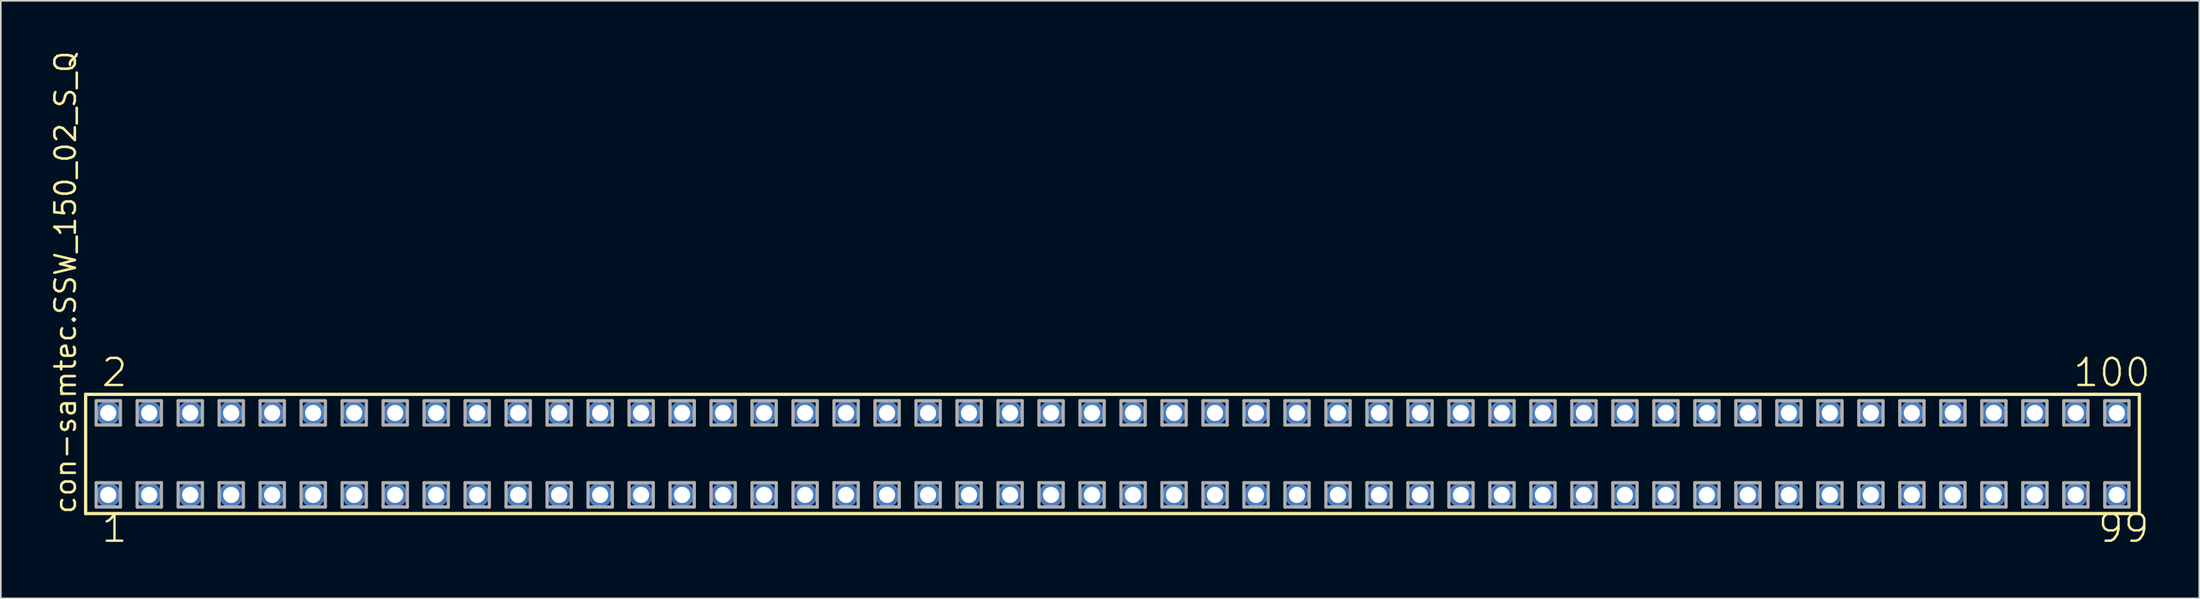
<source format=kicad_pcb>
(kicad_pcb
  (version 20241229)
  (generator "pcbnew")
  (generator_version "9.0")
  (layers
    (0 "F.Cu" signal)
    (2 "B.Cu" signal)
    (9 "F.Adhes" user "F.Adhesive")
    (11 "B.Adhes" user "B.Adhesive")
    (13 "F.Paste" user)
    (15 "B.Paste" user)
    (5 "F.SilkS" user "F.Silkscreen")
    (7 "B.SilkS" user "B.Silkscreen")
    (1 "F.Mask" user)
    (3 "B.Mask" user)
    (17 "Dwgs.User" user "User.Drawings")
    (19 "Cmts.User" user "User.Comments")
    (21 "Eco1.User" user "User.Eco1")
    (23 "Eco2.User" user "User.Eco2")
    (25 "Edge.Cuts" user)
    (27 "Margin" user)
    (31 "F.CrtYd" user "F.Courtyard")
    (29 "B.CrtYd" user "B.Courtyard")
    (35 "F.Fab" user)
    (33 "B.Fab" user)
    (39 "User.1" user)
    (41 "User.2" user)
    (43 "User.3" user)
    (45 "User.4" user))
  (footprint "con-samtec.SSW_150_02_S_Q"
    (layer "F.Cu")
    (at 65.885 25.082)
    (property "Reference" "con-samtec.SSW_150_02_S_Q" (at -64.135 3.81 90) (layer "F.SilkS") (effects (font (size 1.27 1.27) (thickness 0.16)) (justify left bottom)))
    (attr through_hole)
    (fp_line (start -63.629 -3.695) (end 63.629 -3.695) (stroke (width 0.203) (type default)) (layer "F.SilkS"))
    (fp_line (start -63.629 3.695) (end -63.629 -3.695) (stroke (width 0.203) (type default)) (layer "F.SilkS"))
    (fp_line (start 63.629 -3.695) (end 63.629 3.695) (stroke (width 0.203) (type default)) (layer "F.SilkS"))
    (fp_line (start 63.629 3.695) (end -63.629 3.695) (stroke (width 0.203) (type default)) (layer "F.SilkS"))
    (fp_line (start -62.975 -3.295) (end -61.475 -3.295) (stroke (width 0.203) (type default)) (layer "F.Fab"))
    (fp_line (start -62.975 -1.795) (end -62.975 -3.295) (stroke (width 0.203) (type default)) (layer "F.Fab"))
    (fp_line (start -62.975 1.785) (end -61.475 1.785) (stroke (width 0.203) (type default)) (layer "F.Fab"))
    (fp_line (start -62.975 3.285) (end -62.975 1.785) (stroke (width 0.203) (type default)) (layer "F.Fab"))
    (fp_line (start -61.475 -3.295) (end -61.475 -1.795) (stroke (width 0.203) (type default)) (layer "F.Fab"))
    (fp_line (start -61.475 -1.795) (end -62.975 -1.795) (stroke (width 0.203) (type default)) (layer "F.Fab"))
    (fp_line (start -61.475 1.785) (end -61.475 3.285) (stroke (width 0.203) (type default)) (layer "F.Fab"))
    (fp_line (start -61.475 3.285) (end -62.975 3.285) (stroke (width 0.203) (type default)) (layer "F.Fab"))
    (fp_line (start -60.435 -3.295) (end -58.935 -3.295) (stroke (width 0.203) (type default)) (layer "F.Fab"))
    (fp_line (start -60.435 -1.795) (end -60.435 -3.295) (stroke (width 0.203) (type default)) (layer "F.Fab"))
    (fp_line (start -60.435 1.785) (end -58.935 1.785) (stroke (width 0.203) (type default)) (layer "F.Fab"))
    (fp_line (start -60.435 3.285) (end -60.435 1.785) (stroke (width 0.203) (type default)) (layer "F.Fab"))
    (fp_line (start -58.935 -3.295) (end -58.935 -1.795) (stroke (width 0.203) (type default)) (layer "F.Fab"))
    (fp_line (start -58.935 -1.795) (end -60.435 -1.795) (stroke (width 0.203) (type default)) (layer "F.Fab"))
    (fp_line (start -58.935 1.785) (end -58.935 3.285) (stroke (width 0.203) (type default)) (layer "F.Fab"))
    (fp_line (start -58.935 3.285) (end -60.435 3.285) (stroke (width 0.203) (type default)) (layer "F.Fab"))
    (fp_line (start -57.895 -3.295) (end -56.395 -3.295) (stroke (width 0.203) (type default)) (layer "F.Fab"))
    (fp_line (start -57.895 -1.795) (end -57.895 -3.295) (stroke (width 0.203) (type default)) (layer "F.Fab"))
    (fp_line (start -57.895 1.785) (end -56.395 1.785) (stroke (width 0.203) (type default)) (layer "F.Fab"))
    (fp_line (start -57.895 3.285) (end -57.895 1.785) (stroke (width 0.203) (type default)) (layer "F.Fab"))
    (fp_line (start -56.395 -3.295) (end -56.395 -1.795) (stroke (width 0.203) (type default)) (layer "F.Fab"))
    (fp_line (start -56.395 -1.795) (end -57.895 -1.795) (stroke (width 0.203) (type default)) (layer "F.Fab"))
    (fp_line (start -56.395 1.785) (end -56.395 3.285) (stroke (width 0.203) (type default)) (layer "F.Fab"))
    (fp_line (start -56.395 3.285) (end -57.895 3.285) (stroke (width 0.203) (type default)) (layer "F.Fab"))
    (fp_line (start -55.355 -3.295) (end -53.855 -3.295) (stroke (width 0.203) (type default)) (layer "F.Fab"))
    (fp_line (start -55.355 -1.795) (end -55.355 -3.295) (stroke (width 0.203) (type default)) (layer "F.Fab"))
    (fp_line (start -55.355 1.785) (end -53.855 1.785) (stroke (width 0.203) (type default)) (layer "F.Fab"))
    (fp_line (start -55.355 3.285) (end -55.355 1.785) (stroke (width 0.203) (type default)) (layer "F.Fab"))
    (fp_line (start -53.855 -3.295) (end -53.855 -1.795) (stroke (width 0.203) (type default)) (layer "F.Fab"))
    (fp_line (start -53.855 -1.795) (end -55.355 -1.795) (stroke (width 0.203) (type default)) (layer "F.Fab"))
    (fp_line (start -53.855 1.785) (end -53.855 3.285) (stroke (width 0.203) (type default)) (layer "F.Fab"))
    (fp_line (start -53.855 3.285) (end -55.355 3.285) (stroke (width 0.203) (type default)) (layer "F.Fab"))
    (fp_line (start -52.815 -3.295) (end -51.315 -3.295) (stroke (width 0.203) (type default)) (layer "F.Fab"))
    (fp_line (start -52.815 -1.795) (end -52.815 -3.295) (stroke (width 0.203) (type default)) (layer "F.Fab"))
    (fp_line (start -52.815 1.785) (end -51.315 1.785) (stroke (width 0.203) (type default)) (layer "F.Fab"))
    (fp_line (start -52.815 3.285) (end -52.815 1.785) (stroke (width 0.203) (type default)) (layer "F.Fab"))
    (fp_line (start -51.315 -3.295) (end -51.315 -1.795) (stroke (width 0.203) (type default)) (layer "F.Fab"))
    (fp_line (start -51.315 -1.795) (end -52.815 -1.795) (stroke (width 0.203) (type default)) (layer "F.Fab"))
    (fp_line (start -51.315 1.785) (end -51.315 3.285) (stroke (width 0.203) (type default)) (layer "F.Fab"))
    (fp_line (start -51.315 3.285) (end -52.815 3.285) (stroke (width 0.203) (type default)) (layer "F.Fab"))
    (fp_line (start -50.275 -3.295) (end -48.775 -3.295) (stroke (width 0.203) (type default)) (layer "F.Fab"))
    (fp_line (start -50.275 -1.795) (end -50.275 -3.295) (stroke (width 0.203) (type default)) (layer "F.Fab"))
    (fp_line (start -50.275 1.785) (end -48.775 1.785) (stroke (width 0.203) (type default)) (layer "F.Fab"))
    (fp_line (start -50.275 3.285) (end -50.275 1.785) (stroke (width 0.203) (type default)) (layer "F.Fab"))
    (fp_line (start -48.775 -3.295) (end -48.775 -1.795) (stroke (width 0.203) (type default)) (layer "F.Fab"))
    (fp_line (start -48.775 -1.795) (end -50.275 -1.795) (stroke (width 0.203) (type default)) (layer "F.Fab"))
    (fp_line (start -48.775 1.785) (end -48.775 3.285) (stroke (width 0.203) (type default)) (layer "F.Fab"))
    (fp_line (start -48.775 3.285) (end -50.275 3.285) (stroke (width 0.203) (type default)) (layer "F.Fab"))
    (fp_line (start -47.735 -3.295) (end -46.235 -3.295) (stroke (width 0.203) (type default)) (layer "F.Fab"))
    (fp_line (start -47.735 -1.795) (end -47.735 -3.295) (stroke (width 0.203) (type default)) (layer "F.Fab"))
    (fp_line (start -47.735 1.785) (end -46.235 1.785) (stroke (width 0.203) (type default)) (layer "F.Fab"))
    (fp_line (start -47.735 3.285) (end -47.735 1.785) (stroke (width 0.203) (type default)) (layer "F.Fab"))
    (fp_line (start -46.235 -3.295) (end -46.235 -1.795) (stroke (width 0.203) (type default)) (layer "F.Fab"))
    (fp_line (start -46.235 -1.795) (end -47.735 -1.795) (stroke (width 0.203) (type default)) (layer "F.Fab"))
    (fp_line (start -46.235 1.785) (end -46.235 3.285) (stroke (width 0.203) (type default)) (layer "F.Fab"))
    (fp_line (start -46.235 3.285) (end -47.735 3.285) (stroke (width 0.203) (type default)) (layer "F.Fab"))
    (fp_line (start -45.195 -3.295) (end -43.695 -3.295) (stroke (width 0.203) (type default)) (layer "F.Fab"))
    (fp_line (start -45.195 -1.795) (end -45.195 -3.295) (stroke (width 0.203) (type default)) (layer "F.Fab"))
    (fp_line (start -45.195 1.785) (end -43.695 1.785) (stroke (width 0.203) (type default)) (layer "F.Fab"))
    (fp_line (start -45.195 3.285) (end -45.195 1.785) (stroke (width 0.203) (type default)) (layer "F.Fab"))
    (fp_line (start -43.695 -3.295) (end -43.695 -1.795) (stroke (width 0.203) (type default)) (layer "F.Fab"))
    (fp_line (start -43.695 -1.795) (end -45.195 -1.795) (stroke (width 0.203) (type default)) (layer "F.Fab"))
    (fp_line (start -43.695 1.785) (end -43.695 3.285) (stroke (width 0.203) (type default)) (layer "F.Fab"))
    (fp_line (start -43.695 3.285) (end -45.195 3.285) (stroke (width 0.203) (type default)) (layer "F.Fab"))
    (fp_line (start -42.655 -3.295) (end -41.155 -3.295) (stroke (width 0.203) (type default)) (layer "F.Fab"))
    (fp_line (start -42.655 -1.795) (end -42.655 -3.295) (stroke (width 0.203) (type default)) (layer "F.Fab"))
    (fp_line (start -42.655 1.785) (end -41.155 1.785) (stroke (width 0.203) (type default)) (layer "F.Fab"))
    (fp_line (start -42.655 3.285) (end -42.655 1.785) (stroke (width 0.203) (type default)) (layer "F.Fab"))
    (fp_line (start -41.155 -3.295) (end -41.155 -1.795) (stroke (width 0.203) (type default)) (layer "F.Fab"))
    (fp_line (start -41.155 -1.795) (end -42.655 -1.795) (stroke (width 0.203) (type default)) (layer "F.Fab"))
    (fp_line (start -41.155 1.785) (end -41.155 3.285) (stroke (width 0.203) (type default)) (layer "F.Fab"))
    (fp_line (start -41.155 3.285) (end -42.655 3.285) (stroke (width 0.203) (type default)) (layer "F.Fab"))
    (fp_line (start -40.115 -3.295) (end -38.615 -3.295) (stroke (width 0.203) (type default)) (layer "F.Fab"))
    (fp_line (start -40.115 -1.795) (end -40.115 -3.295) (stroke (width 0.203) (type default)) (layer "F.Fab"))
    (fp_line (start -40.115 1.785) (end -38.615 1.785) (stroke (width 0.203) (type default)) (layer "F.Fab"))
    (fp_line (start -40.115 3.285) (end -40.115 1.785) (stroke (width 0.203) (type default)) (layer "F.Fab"))
    (fp_line (start -38.615 -3.295) (end -38.615 -1.795) (stroke (width 0.203) (type default)) (layer "F.Fab"))
    (fp_line (start -38.615 -1.795) (end -40.115 -1.795) (stroke (width 0.203) (type default)) (layer "F.Fab"))
    (fp_line (start -38.615 1.785) (end -38.615 3.285) (stroke (width 0.203) (type default)) (layer "F.Fab"))
    (fp_line (start -38.615 3.285) (end -40.115 3.285) (stroke (width 0.203) (type default)) (layer "F.Fab"))
    (fp_line (start -37.575 -3.295) (end -36.075 -3.295) (stroke (width 0.203) (type default)) (layer "F.Fab"))
    (fp_line (start -37.575 -1.795) (end -37.575 -3.295) (stroke (width 0.203) (type default)) (layer "F.Fab"))
    (fp_line (start -37.575 1.785) (end -36.075 1.785) (stroke (width 0.203) (type default)) (layer "F.Fab"))
    (fp_line (start -37.575 3.285) (end -37.575 1.785) (stroke (width 0.203) (type default)) (layer "F.Fab"))
    (fp_line (start -36.075 -3.295) (end -36.075 -1.795) (stroke (width 0.203) (type default)) (layer "F.Fab"))
    (fp_line (start -36.075 -1.795) (end -37.575 -1.795) (stroke (width 0.203) (type default)) (layer "F.Fab"))
    (fp_line (start -36.075 1.785) (end -36.075 3.285) (stroke (width 0.203) (type default)) (layer "F.Fab"))
    (fp_line (start -36.075 3.285) (end -37.575 3.285) (stroke (width 0.203) (type default)) (layer "F.Fab"))
    (fp_line (start -35.035 -3.295) (end -33.535 -3.295) (stroke (width 0.203) (type default)) (layer "F.Fab"))
    (fp_line (start -35.035 -1.795) (end -35.035 -3.295) (stroke (width 0.203) (type default)) (layer "F.Fab"))
    (fp_line (start -35.035 1.785) (end -33.535 1.785) (stroke (width 0.203) (type default)) (layer "F.Fab"))
    (fp_line (start -35.035 3.285) (end -35.035 1.785) (stroke (width 0.203) (type default)) (layer "F.Fab"))
    (fp_line (start -33.535 -3.295) (end -33.535 -1.795) (stroke (width 0.203) (type default)) (layer "F.Fab"))
    (fp_line (start -33.535 -1.795) (end -35.035 -1.795) (stroke (width 0.203) (type default)) (layer "F.Fab"))
    (fp_line (start -33.535 1.785) (end -33.535 3.285) (stroke (width 0.203) (type default)) (layer "F.Fab"))
    (fp_line (start -33.535 3.285) (end -35.035 3.285) (stroke (width 0.203) (type default)) (layer "F.Fab"))
    (fp_line (start -32.495 -3.295) (end -30.995 -3.295) (stroke (width 0.203) (type default)) (layer "F.Fab"))
    (fp_line (start -32.495 -1.795) (end -32.495 -3.295) (stroke (width 0.203) (type default)) (layer "F.Fab"))
    (fp_line (start -32.495 1.785) (end -30.995 1.785) (stroke (width 0.203) (type default)) (layer "F.Fab"))
    (fp_line (start -32.495 3.285) (end -32.495 1.785) (stroke (width 0.203) (type default)) (layer "F.Fab"))
    (fp_line (start -30.995 -3.295) (end -30.995 -1.795) (stroke (width 0.203) (type default)) (layer "F.Fab"))
    (fp_line (start -30.995 -1.795) (end -32.495 -1.795) (stroke (width 0.203) (type default)) (layer "F.Fab"))
    (fp_line (start -30.995 1.785) (end -30.995 3.285) (stroke (width 0.203) (type default)) (layer "F.Fab"))
    (fp_line (start -30.995 3.285) (end -32.495 3.285) (stroke (width 0.203) (type default)) (layer "F.Fab"))
    (fp_line (start -29.955 -3.295) (end -28.455 -3.295) (stroke (width 0.203) (type default)) (layer "F.Fab"))
    (fp_line (start -29.955 -1.795) (end -29.955 -3.295) (stroke (width 0.203) (type default)) (layer "F.Fab"))
    (fp_line (start -29.955 1.785) (end -28.455 1.785) (stroke (width 0.203) (type default)) (layer "F.Fab"))
    (fp_line (start -29.955 3.285) (end -29.955 1.785) (stroke (width 0.203) (type default)) (layer "F.Fab"))
    (fp_line (start -28.455 -3.295) (end -28.455 -1.795) (stroke (width 0.203) (type default)) (layer "F.Fab"))
    (fp_line (start -28.455 -1.795) (end -29.955 -1.795) (stroke (width 0.203) (type default)) (layer "F.Fab"))
    (fp_line (start -28.455 1.785) (end -28.455 3.285) (stroke (width 0.203) (type default)) (layer "F.Fab"))
    (fp_line (start -28.455 3.285) (end -29.955 3.285) (stroke (width 0.203) (type default)) (layer "F.Fab"))
    (fp_line (start -27.415 -3.295) (end -25.915 -3.295) (stroke (width 0.203) (type default)) (layer "F.Fab"))
    (fp_line (start -27.415 -1.795) (end -27.415 -3.295) (stroke (width 0.203) (type default)) (layer "F.Fab"))
    (fp_line (start -27.415 1.785) (end -25.915 1.785) (stroke (width 0.203) (type default)) (layer "F.Fab"))
    (fp_line (start -27.415 3.285) (end -27.415 1.785) (stroke (width 0.203) (type default)) (layer "F.Fab"))
    (fp_line (start -25.915 -3.295) (end -25.915 -1.795) (stroke (width 0.203) (type default)) (layer "F.Fab"))
    (fp_line (start -25.915 -1.795) (end -27.415 -1.795) (stroke (width 0.203) (type default)) (layer "F.Fab"))
    (fp_line (start -25.915 1.785) (end -25.915 3.285) (stroke (width 0.203) (type default)) (layer "F.Fab"))
    (fp_line (start -25.915 3.285) (end -27.415 3.285) (stroke (width 0.203) (type default)) (layer "F.Fab"))
    (fp_line (start -24.875 -3.295) (end -23.375 -3.295) (stroke (width 0.203) (type default)) (layer "F.Fab"))
    (fp_line (start -24.875 -1.795) (end -24.875 -3.295) (stroke (width 0.203) (type default)) (layer "F.Fab"))
    (fp_line (start -24.875 1.785) (end -23.375 1.785) (stroke (width 0.203) (type default)) (layer "F.Fab"))
    (fp_line (start -24.875 3.285) (end -24.875 1.785) (stroke (width 0.203) (type default)) (layer "F.Fab"))
    (fp_line (start -23.375 -3.295) (end -23.375 -1.795) (stroke (width 0.203) (type default)) (layer "F.Fab"))
    (fp_line (start -23.375 -1.795) (end -24.875 -1.795) (stroke (width 0.203) (type default)) (layer "F.Fab"))
    (fp_line (start -23.375 1.785) (end -23.375 3.285) (stroke (width 0.203) (type default)) (layer "F.Fab"))
    (fp_line (start -23.375 3.285) (end -24.875 3.285) (stroke (width 0.203) (type default)) (layer "F.Fab"))
    (fp_line (start -22.335 -3.295) (end -20.835 -3.295) (stroke (width 0.203) (type default)) (layer "F.Fab"))
    (fp_line (start -22.335 -1.795) (end -22.335 -3.295) (stroke (width 0.203) (type default)) (layer "F.Fab"))
    (fp_line (start -22.335 1.785) (end -20.835 1.785) (stroke (width 0.203) (type default)) (layer "F.Fab"))
    (fp_line (start -22.335 3.285) (end -22.335 1.785) (stroke (width 0.203) (type default)) (layer "F.Fab"))
    (fp_line (start -20.835 -3.295) (end -20.835 -1.795) (stroke (width 0.203) (type default)) (layer "F.Fab"))
    (fp_line (start -20.835 -1.795) (end -22.335 -1.795) (stroke (width 0.203) (type default)) (layer "F.Fab"))
    (fp_line (start -20.835 1.785) (end -20.835 3.285) (stroke (width 0.203) (type default)) (layer "F.Fab"))
    (fp_line (start -20.835 3.285) (end -22.335 3.285) (stroke (width 0.203) (type default)) (layer "F.Fab"))
    (fp_line (start -19.795 -3.295) (end -18.295 -3.295) (stroke (width 0.203) (type default)) (layer "F.Fab"))
    (fp_line (start -19.795 -1.795) (end -19.795 -3.295) (stroke (width 0.203) (type default)) (layer "F.Fab"))
    (fp_line (start -19.795 1.785) (end -18.295 1.785) (stroke (width 0.203) (type default)) (layer "F.Fab"))
    (fp_line (start -19.795 3.285) (end -19.795 1.785) (stroke (width 0.203) (type default)) (layer "F.Fab"))
    (fp_line (start -18.295 -3.295) (end -18.295 -1.795) (stroke (width 0.203) (type default)) (layer "F.Fab"))
    (fp_line (start -18.295 -1.795) (end -19.795 -1.795) (stroke (width 0.203) (type default)) (layer "F.Fab"))
    (fp_line (start -18.295 1.785) (end -18.295 3.285) (stroke (width 0.203) (type default)) (layer "F.Fab"))
    (fp_line (start -18.295 3.285) (end -19.795 3.285) (stroke (width 0.203) (type default)) (layer "F.Fab"))
    (fp_line (start -17.255 -3.295) (end -15.755 -3.295) (stroke (width 0.203) (type default)) (layer "F.Fab"))
    (fp_line (start -17.255 -1.795) (end -17.255 -3.295) (stroke (width 0.203) (type default)) (layer "F.Fab"))
    (fp_line (start -17.255 1.785) (end -15.755 1.785) (stroke (width 0.203) (type default)) (layer "F.Fab"))
    (fp_line (start -17.255 3.285) (end -17.255 1.785) (stroke (width 0.203) (type default)) (layer "F.Fab"))
    (fp_line (start -15.755 -3.295) (end -15.755 -1.795) (stroke (width 0.203) (type default)) (layer "F.Fab"))
    (fp_line (start -15.755 -1.795) (end -17.255 -1.795) (stroke (width 0.203) (type default)) (layer "F.Fab"))
    (fp_line (start -15.755 1.785) (end -15.755 3.285) (stroke (width 0.203) (type default)) (layer "F.Fab"))
    (fp_line (start -15.755 3.285) (end -17.255 3.285) (stroke (width 0.203) (type default)) (layer "F.Fab"))
    (fp_line (start -14.715 -3.295) (end -13.215 -3.295) (stroke (width 0.203) (type default)) (layer "F.Fab"))
    (fp_line (start -14.715 -1.795) (end -14.715 -3.295) (stroke (width 0.203) (type default)) (layer "F.Fab"))
    (fp_line (start -14.715 1.785) (end -13.215 1.785) (stroke (width 0.203) (type default)) (layer "F.Fab"))
    (fp_line (start -14.715 3.285) (end -14.715 1.785) (stroke (width 0.203) (type default)) (layer "F.Fab"))
    (fp_line (start -13.215 -3.295) (end -13.215 -1.795) (stroke (width 0.203) (type default)) (layer "F.Fab"))
    (fp_line (start -13.215 -1.795) (end -14.715 -1.795) (stroke (width 0.203) (type default)) (layer "F.Fab"))
    (fp_line (start -13.215 1.785) (end -13.215 3.285) (stroke (width 0.203) (type default)) (layer "F.Fab"))
    (fp_line (start -13.215 3.285) (end -14.715 3.285) (stroke (width 0.203) (type default)) (layer "F.Fab"))
    (fp_line (start -12.175 -3.295) (end -10.675 -3.295) (stroke (width 0.203) (type default)) (layer "F.Fab"))
    (fp_line (start -12.175 -1.795) (end -12.175 -3.295) (stroke (width 0.203) (type default)) (layer "F.Fab"))
    (fp_line (start -12.175 1.785) (end -10.675 1.785) (stroke (width 0.203) (type default)) (layer "F.Fab"))
    (fp_line (start -12.175 3.285) (end -12.175 1.785) (stroke (width 0.203) (type default)) (layer "F.Fab"))
    (fp_line (start -10.675 -3.295) (end -10.675 -1.795) (stroke (width 0.203) (type default)) (layer "F.Fab"))
    (fp_line (start -10.675 -1.795) (end -12.175 -1.795) (stroke (width 0.203) (type default)) (layer "F.Fab"))
    (fp_line (start -10.675 1.785) (end -10.675 3.285) (stroke (width 0.203) (type default)) (layer "F.Fab"))
    (fp_line (start -10.675 3.285) (end -12.175 3.285) (stroke (width 0.203) (type default)) (layer "F.Fab"))
    (fp_line (start -9.635 -3.295) (end -8.135 -3.295) (stroke (width 0.203) (type default)) (layer "F.Fab"))
    (fp_line (start -9.635 -1.795) (end -9.635 -3.295) (stroke (width 0.203) (type default)) (layer "F.Fab"))
    (fp_line (start -9.635 1.785) (end -8.135 1.785) (stroke (width 0.203) (type default)) (layer "F.Fab"))
    (fp_line (start -9.635 3.285) (end -9.635 1.785) (stroke (width 0.203) (type default)) (layer "F.Fab"))
    (fp_line (start -8.135 -3.295) (end -8.135 -1.795) (stroke (width 0.203) (type default)) (layer "F.Fab"))
    (fp_line (start -8.135 -1.795) (end -9.635 -1.795) (stroke (width 0.203) (type default)) (layer "F.Fab"))
    (fp_line (start -8.135 1.785) (end -8.135 3.285) (stroke (width 0.203) (type default)) (layer "F.Fab"))
    (fp_line (start -8.135 3.285) (end -9.635 3.285) (stroke (width 0.203) (type default)) (layer "F.Fab"))
    (fp_line (start -7.095 -3.295) (end -5.595 -3.295) (stroke (width 0.203) (type default)) (layer "F.Fab"))
    (fp_line (start -7.095 -1.795) (end -7.095 -3.295) (stroke (width 0.203) (type default)) (layer "F.Fab"))
    (fp_line (start -7.095 1.785) (end -5.595 1.785) (stroke (width 0.203) (type default)) (layer "F.Fab"))
    (fp_line (start -7.095 3.285) (end -7.095 1.785) (stroke (width 0.203) (type default)) (layer "F.Fab"))
    (fp_line (start -5.595 -3.295) (end -5.595 -1.795) (stroke (width 0.203) (type default)) (layer "F.Fab"))
    (fp_line (start -5.595 -1.795) (end -7.095 -1.795) (stroke (width 0.203) (type default)) (layer "F.Fab"))
    (fp_line (start -5.595 1.785) (end -5.595 3.285) (stroke (width 0.203) (type default)) (layer "F.Fab"))
    (fp_line (start -5.595 3.285) (end -7.095 3.285) (stroke (width 0.203) (type default)) (layer "F.Fab"))
    (fp_line (start -4.555 -3.295) (end -3.055 -3.295) (stroke (width 0.203) (type default)) (layer "F.Fab"))
    (fp_line (start -4.555 -1.795) (end -4.555 -3.295) (stroke (width 0.203) (type default)) (layer "F.Fab"))
    (fp_line (start -4.555 1.785) (end -3.055 1.785) (stroke (width 0.203) (type default)) (layer "F.Fab"))
    (fp_line (start -4.555 3.285) (end -4.555 1.785) (stroke (width 0.203) (type default)) (layer "F.Fab"))
    (fp_line (start -3.055 -3.295) (end -3.055 -1.795) (stroke (width 0.203) (type default)) (layer "F.Fab"))
    (fp_line (start -3.055 -1.795) (end -4.555 -1.795) (stroke (width 0.203) (type default)) (layer "F.Fab"))
    (fp_line (start -3.055 1.785) (end -3.055 3.285) (stroke (width 0.203) (type default)) (layer "F.Fab"))
    (fp_line (start -3.055 3.285) (end -4.555 3.285) (stroke (width 0.203) (type default)) (layer "F.Fab"))
    (fp_line (start -2.015 -3.295) (end -0.515 -3.295) (stroke (width 0.203) (type default)) (layer "F.Fab"))
    (fp_line (start -2.015 -1.795) (end -2.015 -3.295) (stroke (width 0.203) (type default)) (layer "F.Fab"))
    (fp_line (start -2.015 1.785) (end -0.515 1.785) (stroke (width 0.203) (type default)) (layer "F.Fab"))
    (fp_line (start -2.015 3.285) (end -2.015 1.785) (stroke (width 0.203) (type default)) (layer "F.Fab"))
    (fp_line (start -0.515 -3.295) (end -0.515 -1.795) (stroke (width 0.203) (type default)) (layer "F.Fab"))
    (fp_line (start -0.515 -1.795) (end -2.015 -1.795) (stroke (width 0.203) (type default)) (layer "F.Fab"))
    (fp_line (start -0.515 1.785) (end -0.515 3.285) (stroke (width 0.203) (type default)) (layer "F.Fab"))
    (fp_line (start -0.515 3.285) (end -2.015 3.285) (stroke (width 0.203) (type default)) (layer "F.Fab"))
    (fp_line (start 0.525 -3.295) (end 2.025 -3.295) (stroke (width 0.203) (type default)) (layer "F.Fab"))
    (fp_line (start 0.525 -1.795) (end 0.525 -3.295) (stroke (width 0.203) (type default)) (layer "F.Fab"))
    (fp_line (start 0.525 1.785) (end 2.025 1.785) (stroke (width 0.203) (type default)) (layer "F.Fab"))
    (fp_line (start 0.525 3.285) (end 0.525 1.785) (stroke (width 0.203) (type default)) (layer "F.Fab"))
    (fp_line (start 2.025 -3.295) (end 2.025 -1.795) (stroke (width 0.203) (type default)) (layer "F.Fab"))
    (fp_line (start 2.025 -1.795) (end 0.525 -1.795) (stroke (width 0.203) (type default)) (layer "F.Fab"))
    (fp_line (start 2.025 1.785) (end 2.025 3.285) (stroke (width 0.203) (type default)) (layer "F.Fab"))
    (fp_line (start 2.025 3.285) (end 0.525 3.285) (stroke (width 0.203) (type default)) (layer "F.Fab"))
    (fp_line (start 3.065 -3.295) (end 4.565 -3.295) (stroke (width 0.203) (type default)) (layer "F.Fab"))
    (fp_line (start 3.065 -1.795) (end 3.065 -3.295) (stroke (width 0.203) (type default)) (layer "F.Fab"))
    (fp_line (start 3.065 1.785) (end 4.565 1.785) (stroke (width 0.203) (type default)) (layer "F.Fab"))
    (fp_line (start 3.065 3.285) (end 3.065 1.785) (stroke (width 0.203) (type default)) (layer "F.Fab"))
    (fp_line (start 4.565 -3.295) (end 4.565 -1.795) (stroke (width 0.203) (type default)) (layer "F.Fab"))
    (fp_line (start 4.565 -1.795) (end 3.065 -1.795) (stroke (width 0.203) (type default)) (layer "F.Fab"))
    (fp_line (start 4.565 1.785) (end 4.565 3.285) (stroke (width 0.203) (type default)) (layer "F.Fab"))
    (fp_line (start 4.565 3.285) (end 3.065 3.285) (stroke (width 0.203) (type default)) (layer "F.Fab"))
    (fp_line (start 5.605 -3.295) (end 7.105 -3.295) (stroke (width 0.203) (type default)) (layer "F.Fab"))
    (fp_line (start 5.605 -1.795) (end 5.605 -3.295) (stroke (width 0.203) (type default)) (layer "F.Fab"))
    (fp_line (start 5.605 1.785) (end 7.105 1.785) (stroke (width 0.203) (type default)) (layer "F.Fab"))
    (fp_line (start 5.605 3.285) (end 5.605 1.785) (stroke (width 0.203) (type default)) (layer "F.Fab"))
    (fp_line (start 7.105 -3.295) (end 7.105 -1.795) (stroke (width 0.203) (type default)) (layer "F.Fab"))
    (fp_line (start 7.105 -1.795) (end 5.605 -1.795) (stroke (width 0.203) (type default)) (layer "F.Fab"))
    (fp_line (start 7.105 1.785) (end 7.105 3.285) (stroke (width 0.203) (type default)) (layer "F.Fab"))
    (fp_line (start 7.105 3.285) (end 5.605 3.285) (stroke (width 0.203) (type default)) (layer "F.Fab"))
    (fp_line (start 8.145 -3.295) (end 9.645 -3.295) (stroke (width 0.203) (type default)) (layer "F.Fab"))
    (fp_line (start 8.145 -1.795) (end 8.145 -3.295) (stroke (width 0.203) (type default)) (layer "F.Fab"))
    (fp_line (start 8.145 1.785) (end 9.645 1.785) (stroke (width 0.203) (type default)) (layer "F.Fab"))
    (fp_line (start 8.145 3.285) (end 8.145 1.785) (stroke (width 0.203) (type default)) (layer "F.Fab"))
    (fp_line (start 9.645 -3.295) (end 9.645 -1.795) (stroke (width 0.203) (type default)) (layer "F.Fab"))
    (fp_line (start 9.645 -1.795) (end 8.145 -1.795) (stroke (width 0.203) (type default)) (layer "F.Fab"))
    (fp_line (start 9.645 1.785) (end 9.645 3.285) (stroke (width 0.203) (type default)) (layer "F.Fab"))
    (fp_line (start 9.645 3.285) (end 8.145 3.285) (stroke (width 0.203) (type default)) (layer "F.Fab"))
    (fp_line (start 10.685 -3.295) (end 12.185 -3.295) (stroke (width 0.203) (type default)) (layer "F.Fab"))
    (fp_line (start 10.685 -1.795) (end 10.685 -3.295) (stroke (width 0.203) (type default)) (layer "F.Fab"))
    (fp_line (start 10.685 1.785) (end 12.185 1.785) (stroke (width 0.203) (type default)) (layer "F.Fab"))
    (fp_line (start 10.685 3.285) (end 10.685 1.785) (stroke (width 0.203) (type default)) (layer "F.Fab"))
    (fp_line (start 12.185 -3.295) (end 12.185 -1.795) (stroke (width 0.203) (type default)) (layer "F.Fab"))
    (fp_line (start 12.185 -1.795) (end 10.685 -1.795) (stroke (width 0.203) (type default)) (layer "F.Fab"))
    (fp_line (start 12.185 1.785) (end 12.185 3.285) (stroke (width 0.203) (type default)) (layer "F.Fab"))
    (fp_line (start 12.185 3.285) (end 10.685 3.285) (stroke (width 0.203) (type default)) (layer "F.Fab"))
    (fp_line (start 13.225 -3.295) (end 14.725 -3.295) (stroke (width 0.203) (type default)) (layer "F.Fab"))
    (fp_line (start 13.225 -1.795) (end 13.225 -3.295) (stroke (width 0.203) (type default)) (layer "F.Fab"))
    (fp_line (start 13.225 1.785) (end 14.725 1.785) (stroke (width 0.203) (type default)) (layer "F.Fab"))
    (fp_line (start 13.225 3.285) (end 13.225 1.785) (stroke (width 0.203) (type default)) (layer "F.Fab"))
    (fp_line (start 14.725 -3.295) (end 14.725 -1.795) (stroke (width 0.203) (type default)) (layer "F.Fab"))
    (fp_line (start 14.725 -1.795) (end 13.225 -1.795) (stroke (width 0.203) (type default)) (layer "F.Fab"))
    (fp_line (start 14.725 1.785) (end 14.725 3.285) (stroke (width 0.203) (type default)) (layer "F.Fab"))
    (fp_line (start 14.725 3.285) (end 13.225 3.285) (stroke (width 0.203) (type default)) (layer "F.Fab"))
    (fp_line (start 15.765 -3.295) (end 17.265 -3.295) (stroke (width 0.203) (type default)) (layer "F.Fab"))
    (fp_line (start 15.765 -1.795) (end 15.765 -3.295) (stroke (width 0.203) (type default)) (layer "F.Fab"))
    (fp_line (start 15.765 1.785) (end 17.265 1.785) (stroke (width 0.203) (type default)) (layer "F.Fab"))
    (fp_line (start 15.765 3.285) (end 15.765 1.785) (stroke (width 0.203) (type default)) (layer "F.Fab"))
    (fp_line (start 17.265 -3.295) (end 17.265 -1.795) (stroke (width 0.203) (type default)) (layer "F.Fab"))
    (fp_line (start 17.265 -1.795) (end 15.765 -1.795) (stroke (width 0.203) (type default)) (layer "F.Fab"))
    (fp_line (start 17.265 1.785) (end 17.265 3.285) (stroke (width 0.203) (type default)) (layer "F.Fab"))
    (fp_line (start 17.265 3.285) (end 15.765 3.285) (stroke (width 0.203) (type default)) (layer "F.Fab"))
    (fp_line (start 18.305 -3.295) (end 19.805 -3.295) (stroke (width 0.203) (type default)) (layer "F.Fab"))
    (fp_line (start 18.305 -1.795) (end 18.305 -3.295) (stroke (width 0.203) (type default)) (layer "F.Fab"))
    (fp_line (start 18.305 1.785) (end 19.805 1.785) (stroke (width 0.203) (type default)) (layer "F.Fab"))
    (fp_line (start 18.305 3.285) (end 18.305 1.785) (stroke (width 0.203) (type default)) (layer "F.Fab"))
    (fp_line (start 19.805 -3.295) (end 19.805 -1.795) (stroke (width 0.203) (type default)) (layer "F.Fab"))
    (fp_line (start 19.805 -1.795) (end 18.305 -1.795) (stroke (width 0.203) (type default)) (layer "F.Fab"))
    (fp_line (start 19.805 1.785) (end 19.805 3.285) (stroke (width 0.203) (type default)) (layer "F.Fab"))
    (fp_line (start 19.805 3.285) (end 18.305 3.285) (stroke (width 0.203) (type default)) (layer "F.Fab"))
    (fp_line (start 20.845 -3.295) (end 22.345 -3.295) (stroke (width 0.203) (type default)) (layer "F.Fab"))
    (fp_line (start 20.845 -1.795) (end 20.845 -3.295) (stroke (width 0.203) (type default)) (layer "F.Fab"))
    (fp_line (start 20.845 1.785) (end 22.345 1.785) (stroke (width 0.203) (type default)) (layer "F.Fab"))
    (fp_line (start 20.845 3.285) (end 20.845 1.785) (stroke (width 0.203) (type default)) (layer "F.Fab"))
    (fp_line (start 22.345 -3.295) (end 22.345 -1.795) (stroke (width 0.203) (type default)) (layer "F.Fab"))
    (fp_line (start 22.345 -1.795) (end 20.845 -1.795) (stroke (width 0.203) (type default)) (layer "F.Fab"))
    (fp_line (start 22.345 1.785) (end 22.345 3.285) (stroke (width 0.203) (type default)) (layer "F.Fab"))
    (fp_line (start 22.345 3.285) (end 20.845 3.285) (stroke (width 0.203) (type default)) (layer "F.Fab"))
    (fp_line (start 23.385 -3.295) (end 24.885 -3.295) (stroke (width 0.203) (type default)) (layer "F.Fab"))
    (fp_line (start 23.385 -1.795) (end 23.385 -3.295) (stroke (width 0.203) (type default)) (layer "F.Fab"))
    (fp_line (start 23.385 1.785) (end 24.885 1.785) (stroke (width 0.203) (type default)) (layer "F.Fab"))
    (fp_line (start 23.385 3.285) (end 23.385 1.785) (stroke (width 0.203) (type default)) (layer "F.Fab"))
    (fp_line (start 24.885 -3.295) (end 24.885 -1.795) (stroke (width 0.203) (type default)) (layer "F.Fab"))
    (fp_line (start 24.885 -1.795) (end 23.385 -1.795) (stroke (width 0.203) (type default)) (layer "F.Fab"))
    (fp_line (start 24.885 1.785) (end 24.885 3.285) (stroke (width 0.203) (type default)) (layer "F.Fab"))
    (fp_line (start 24.885 3.285) (end 23.385 3.285) (stroke (width 0.203) (type default)) (layer "F.Fab"))
    (fp_line (start 25.925 -3.295) (end 27.425 -3.295) (stroke (width 0.203) (type default)) (layer "F.Fab"))
    (fp_line (start 25.925 -1.795) (end 25.925 -3.295) (stroke (width 0.203) (type default)) (layer "F.Fab"))
    (fp_line (start 25.925 1.785) (end 27.425 1.785) (stroke (width 0.203) (type default)) (layer "F.Fab"))
    (fp_line (start 25.925 3.285) (end 25.925 1.785) (stroke (width 0.203) (type default)) (layer "F.Fab"))
    (fp_line (start 27.425 -3.295) (end 27.425 -1.795) (stroke (width 0.203) (type default)) (layer "F.Fab"))
    (fp_line (start 27.425 -1.795) (end 25.925 -1.795) (stroke (width 0.203) (type default)) (layer "F.Fab"))
    (fp_line (start 27.425 1.785) (end 27.425 3.285) (stroke (width 0.203) (type default)) (layer "F.Fab"))
    (fp_line (start 27.425 3.285) (end 25.925 3.285) (stroke (width 0.203) (type default)) (layer "F.Fab"))
    (fp_line (start 28.465 -3.295) (end 29.965 -3.295) (stroke (width 0.203) (type default)) (layer "F.Fab"))
    (fp_line (start 28.465 -1.795) (end 28.465 -3.295) (stroke (width 0.203) (type default)) (layer "F.Fab"))
    (fp_line (start 28.465 1.785) (end 29.965 1.785) (stroke (width 0.203) (type default)) (layer "F.Fab"))
    (fp_line (start 28.465 3.285) (end 28.465 1.785) (stroke (width 0.203) (type default)) (layer "F.Fab"))
    (fp_line (start 29.965 -3.295) (end 29.965 -1.795) (stroke (width 0.203) (type default)) (layer "F.Fab"))
    (fp_line (start 29.965 -1.795) (end 28.465 -1.795) (stroke (width 0.203) (type default)) (layer "F.Fab"))
    (fp_line (start 29.965 1.785) (end 29.965 3.285) (stroke (width 0.203) (type default)) (layer "F.Fab"))
    (fp_line (start 29.965 3.285) (end 28.465 3.285) (stroke (width 0.203) (type default)) (layer "F.Fab"))
    (fp_line (start 31.005 -3.295) (end 32.505 -3.295) (stroke (width 0.203) (type default)) (layer "F.Fab"))
    (fp_line (start 31.005 -1.795) (end 31.005 -3.295) (stroke (width 0.203) (type default)) (layer "F.Fab"))
    (fp_line (start 31.005 1.785) (end 32.505 1.785) (stroke (width 0.203) (type default)) (layer "F.Fab"))
    (fp_line (start 31.005 3.285) (end 31.005 1.785) (stroke (width 0.203) (type default)) (layer "F.Fab"))
    (fp_line (start 32.505 -3.295) (end 32.505 -1.795) (stroke (width 0.203) (type default)) (layer "F.Fab"))
    (fp_line (start 32.505 -1.795) (end 31.005 -1.795) (stroke (width 0.203) (type default)) (layer "F.Fab"))
    (fp_line (start 32.505 1.785) (end 32.505 3.285) (stroke (width 0.203) (type default)) (layer "F.Fab"))
    (fp_line (start 32.505 3.285) (end 31.005 3.285) (stroke (width 0.203) (type default)) (layer "F.Fab"))
    (fp_line (start 33.545 -3.295) (end 35.045 -3.295) (stroke (width 0.203) (type default)) (layer "F.Fab"))
    (fp_line (start 33.545 -1.795) (end 33.545 -3.295) (stroke (width 0.203) (type default)) (layer "F.Fab"))
    (fp_line (start 33.545 1.785) (end 35.045 1.785) (stroke (width 0.203) (type default)) (layer "F.Fab"))
    (fp_line (start 33.545 3.285) (end 33.545 1.785) (stroke (width 0.203) (type default)) (layer "F.Fab"))
    (fp_line (start 35.045 -3.295) (end 35.045 -1.795) (stroke (width 0.203) (type default)) (layer "F.Fab"))
    (fp_line (start 35.045 -1.795) (end 33.545 -1.795) (stroke (width 0.203) (type default)) (layer "F.Fab"))
    (fp_line (start 35.045 1.785) (end 35.045 3.285) (stroke (width 0.203) (type default)) (layer "F.Fab"))
    (fp_line (start 35.045 3.285) (end 33.545 3.285) (stroke (width 0.203) (type default)) (layer "F.Fab"))
    (fp_line (start 36.085 -3.295) (end 37.585 -3.295) (stroke (width 0.203) (type default)) (layer "F.Fab"))
    (fp_line (start 36.085 -1.795) (end 36.085 -3.295) (stroke (width 0.203) (type default)) (layer "F.Fab"))
    (fp_line (start 36.085 1.785) (end 37.585 1.785) (stroke (width 0.203) (type default)) (layer "F.Fab"))
    (fp_line (start 36.085 3.285) (end 36.085 1.785) (stroke (width 0.203) (type default)) (layer "F.Fab"))
    (fp_line (start 37.585 -3.295) (end 37.585 -1.795) (stroke (width 0.203) (type default)) (layer "F.Fab"))
    (fp_line (start 37.585 -1.795) (end 36.085 -1.795) (stroke (width 0.203) (type default)) (layer "F.Fab"))
    (fp_line (start 37.585 1.785) (end 37.585 3.285) (stroke (width 0.203) (type default)) (layer "F.Fab"))
    (fp_line (start 37.585 3.285) (end 36.085 3.285) (stroke (width 0.203) (type default)) (layer "F.Fab"))
    (fp_line (start 38.625 -3.295) (end 40.125 -3.295) (stroke (width 0.203) (type default)) (layer "F.Fab"))
    (fp_line (start 38.625 -1.795) (end 38.625 -3.295) (stroke (width 0.203) (type default)) (layer "F.Fab"))
    (fp_line (start 38.625 1.785) (end 40.125 1.785) (stroke (width 0.203) (type default)) (layer "F.Fab"))
    (fp_line (start 38.625 3.285) (end 38.625 1.785) (stroke (width 0.203) (type default)) (layer "F.Fab"))
    (fp_line (start 40.125 -3.295) (end 40.125 -1.795) (stroke (width 0.203) (type default)) (layer "F.Fab"))
    (fp_line (start 40.125 -1.795) (end 38.625 -1.795) (stroke (width 0.203) (type default)) (layer "F.Fab"))
    (fp_line (start 40.125 1.785) (end 40.125 3.285) (stroke (width 0.203) (type default)) (layer "F.Fab"))
    (fp_line (start 40.125 3.285) (end 38.625 3.285) (stroke (width 0.203) (type default)) (layer "F.Fab"))
    (fp_line (start 41.165 -3.295) (end 42.665 -3.295) (stroke (width 0.203) (type default)) (layer "F.Fab"))
    (fp_line (start 41.165 -1.795) (end 41.165 -3.295) (stroke (width 0.203) (type default)) (layer "F.Fab"))
    (fp_line (start 41.165 1.785) (end 42.665 1.785) (stroke (width 0.203) (type default)) (layer "F.Fab"))
    (fp_line (start 41.165 3.285) (end 41.165 1.785) (stroke (width 0.203) (type default)) (layer "F.Fab"))
    (fp_line (start 42.665 -3.295) (end 42.665 -1.795) (stroke (width 0.203) (type default)) (layer "F.Fab"))
    (fp_line (start 42.665 -1.795) (end 41.165 -1.795) (stroke (width 0.203) (type default)) (layer "F.Fab"))
    (fp_line (start 42.665 1.785) (end 42.665 3.285) (stroke (width 0.203) (type default)) (layer "F.Fab"))
    (fp_line (start 42.665 3.285) (end 41.165 3.285) (stroke (width 0.203) (type default)) (layer "F.Fab"))
    (fp_line (start 43.705 -3.295) (end 45.205 -3.295) (stroke (width 0.203) (type default)) (layer "F.Fab"))
    (fp_line (start 43.705 -1.795) (end 43.705 -3.295) (stroke (width 0.203) (type default)) (layer "F.Fab"))
    (fp_line (start 43.705 1.785) (end 45.205 1.785) (stroke (width 0.203) (type default)) (layer "F.Fab"))
    (fp_line (start 43.705 3.285) (end 43.705 1.785) (stroke (width 0.203) (type default)) (layer "F.Fab"))
    (fp_line (start 45.205 -3.295) (end 45.205 -1.795) (stroke (width 0.203) (type default)) (layer "F.Fab"))
    (fp_line (start 45.205 -1.795) (end 43.705 -1.795) (stroke (width 0.203) (type default)) (layer "F.Fab"))
    (fp_line (start 45.205 1.785) (end 45.205 3.285) (stroke (width 0.203) (type default)) (layer "F.Fab"))
    (fp_line (start 45.205 3.285) (end 43.705 3.285) (stroke (width 0.203) (type default)) (layer "F.Fab"))
    (fp_line (start 46.245 -3.295) (end 47.745 -3.295) (stroke (width 0.203) (type default)) (layer "F.Fab"))
    (fp_line (start 46.245 -1.795) (end 46.245 -3.295) (stroke (width 0.203) (type default)) (layer "F.Fab"))
    (fp_line (start 46.245 1.785) (end 47.745 1.785) (stroke (width 0.203) (type default)) (layer "F.Fab"))
    (fp_line (start 46.245 3.285) (end 46.245 1.785) (stroke (width 0.203) (type default)) (layer "F.Fab"))
    (fp_line (start 47.745 -3.295) (end 47.745 -1.795) (stroke (width 0.203) (type default)) (layer "F.Fab"))
    (fp_line (start 47.745 -1.795) (end 46.245 -1.795) (stroke (width 0.203) (type default)) (layer "F.Fab"))
    (fp_line (start 47.745 1.785) (end 47.745 3.285) (stroke (width 0.203) (type default)) (layer "F.Fab"))
    (fp_line (start 47.745 3.285) (end 46.245 3.285) (stroke (width 0.203) (type default)) (layer "F.Fab"))
    (fp_line (start 48.785 -3.295) (end 50.285 -3.295) (stroke (width 0.203) (type default)) (layer "F.Fab"))
    (fp_line (start 48.785 -1.795) (end 48.785 -3.295) (stroke (width 0.203) (type default)) (layer "F.Fab"))
    (fp_line (start 48.785 1.785) (end 50.285 1.785) (stroke (width 0.203) (type default)) (layer "F.Fab"))
    (fp_line (start 48.785 3.285) (end 48.785 1.785) (stroke (width 0.203) (type default)) (layer "F.Fab"))
    (fp_line (start 50.285 -3.295) (end 50.285 -1.795) (stroke (width 0.203) (type default)) (layer "F.Fab"))
    (fp_line (start 50.285 -1.795) (end 48.785 -1.795) (stroke (width 0.203) (type default)) (layer "F.Fab"))
    (fp_line (start 50.285 1.785) (end 50.285 3.285) (stroke (width 0.203) (type default)) (layer "F.Fab"))
    (fp_line (start 50.285 3.285) (end 48.785 3.285) (stroke (width 0.203) (type default)) (layer "F.Fab"))
    (fp_line (start 51.325 -3.295) (end 52.825 -3.295) (stroke (width 0.203) (type default)) (layer "F.Fab"))
    (fp_line (start 51.325 -1.795) (end 51.325 -3.295) (stroke (width 0.203) (type default)) (layer "F.Fab"))
    (fp_line (start 51.325 1.785) (end 52.825 1.785) (stroke (width 0.203) (type default)) (layer "F.Fab"))
    (fp_line (start 51.325 3.285) (end 51.325 1.785) (stroke (width 0.203) (type default)) (layer "F.Fab"))
    (fp_line (start 52.825 -3.295) (end 52.825 -1.795) (stroke (width 0.203) (type default)) (layer "F.Fab"))
    (fp_line (start 52.825 -1.795) (end 51.325 -1.795) (stroke (width 0.203) (type default)) (layer "F.Fab"))
    (fp_line (start 52.825 1.785) (end 52.825 3.285) (stroke (width 0.203) (type default)) (layer "F.Fab"))
    (fp_line (start 52.825 3.285) (end 51.325 3.285) (stroke (width 0.203) (type default)) (layer "F.Fab"))
    (fp_line (start 53.865 -3.295) (end 55.365 -3.295) (stroke (width 0.203) (type default)) (layer "F.Fab"))
    (fp_line (start 53.865 -1.795) (end 53.865 -3.295) (stroke (width 0.203) (type default)) (layer "F.Fab"))
    (fp_line (start 53.865 1.785) (end 55.365 1.785) (stroke (width 0.203) (type default)) (layer "F.Fab"))
    (fp_line (start 53.865 3.285) (end 53.865 1.785) (stroke (width 0.203) (type default)) (layer "F.Fab"))
    (fp_line (start 55.365 -3.295) (end 55.365 -1.795) (stroke (width 0.203) (type default)) (layer "F.Fab"))
    (fp_line (start 55.365 -1.795) (end 53.865 -1.795) (stroke (width 0.203) (type default)) (layer "F.Fab"))
    (fp_line (start 55.365 1.785) (end 55.365 3.285) (stroke (width 0.203) (type default)) (layer "F.Fab"))
    (fp_line (start 55.365 3.285) (end 53.865 3.285) (stroke (width 0.203) (type default)) (layer "F.Fab"))
    (fp_line (start 56.405 -3.295) (end 57.905 -3.295) (stroke (width 0.203) (type default)) (layer "F.Fab"))
    (fp_line (start 56.405 -1.795) (end 56.405 -3.295) (stroke (width 0.203) (type default)) (layer "F.Fab"))
    (fp_line (start 56.405 1.785) (end 57.905 1.785) (stroke (width 0.203) (type default)) (layer "F.Fab"))
    (fp_line (start 56.405 3.285) (end 56.405 1.785) (stroke (width 0.203) (type default)) (layer "F.Fab"))
    (fp_line (start 57.905 -3.295) (end 57.905 -1.795) (stroke (width 0.203) (type default)) (layer "F.Fab"))
    (fp_line (start 57.905 -1.795) (end 56.405 -1.795) (stroke (width 0.203) (type default)) (layer "F.Fab"))
    (fp_line (start 57.905 1.785) (end 57.905 3.285) (stroke (width 0.203) (type default)) (layer "F.Fab"))
    (fp_line (start 57.905 3.285) (end 56.405 3.285) (stroke (width 0.203) (type default)) (layer "F.Fab"))
    (fp_line (start 58.945 -3.295) (end 60.445 -3.295) (stroke (width 0.203) (type default)) (layer "F.Fab"))
    (fp_line (start 58.945 -1.795) (end 58.945 -3.295) (stroke (width 0.203) (type default)) (layer "F.Fab"))
    (fp_line (start 58.945 1.785) (end 60.445 1.785) (stroke (width 0.203) (type default)) (layer "F.Fab"))
    (fp_line (start 58.945 3.285) (end 58.945 1.785) (stroke (width 0.203) (type default)) (layer "F.Fab"))
    (fp_line (start 60.445 -3.295) (end 60.445 -1.795) (stroke (width 0.203) (type default)) (layer "F.Fab"))
    (fp_line (start 60.445 -1.795) (end 58.945 -1.795) (stroke (width 0.203) (type default)) (layer "F.Fab"))
    (fp_line (start 60.445 1.785) (end 60.445 3.285) (stroke (width 0.203) (type default)) (layer "F.Fab"))
    (fp_line (start 60.445 3.285) (end 58.945 3.285) (stroke (width 0.203) (type default)) (layer "F.Fab"))
    (fp_line (start 61.485 -3.295) (end 62.985 -3.295) (stroke (width 0.203) (type default)) (layer "F.Fab"))
    (fp_line (start 61.485 -1.795) (end 61.485 -3.295) (stroke (width 0.203) (type default)) (layer "F.Fab"))
    (fp_line (start 61.485 1.785) (end 62.985 1.785) (stroke (width 0.203) (type default)) (layer "F.Fab"))
    (fp_line (start 61.485 3.285) (end 61.485 1.785) (stroke (width 0.203) (type default)) (layer "F.Fab"))
    (fp_line (start 62.985 -3.295) (end 62.985 -1.795) (stroke (width 0.203) (type default)) (layer "F.Fab"))
    (fp_line (start 62.985 -1.795) (end 61.485 -1.795) (stroke (width 0.203) (type default)) (layer "F.Fab"))
    (fp_line (start 62.985 1.785) (end 62.985 3.285) (stroke (width 0.203) (type default)) (layer "F.Fab"))
    (fp_line (start 62.985 3.285) (end 61.485 3.285) (stroke (width 0.203) (type default)) (layer "F.Fab"))
    (fp_text user "1" (at -62.738 5.588 0) (layer "F.SilkS") (effects (font (size 1.676 1.676) (thickness 0.15)) (justify left bottom)))
    (fp_text user "100" (at 59.436 -4.064 0) (layer "F.SilkS") (effects (font (size 1.676 1.676) (thickness 0.15)) (justify left bottom)))
    (fp_text user "99" (at 60.96 5.588 0) (layer "F.SilkS") (effects (font (size 1.676 1.676) (thickness 0.15)) (justify left bottom)))
    (fp_text user "2" (at -62.738 -4.064 0) (layer "F.SilkS") (effects (font (size 1.676 1.676) (thickness 0.15)) (justify left bottom)))
    (pad "1" thru_hole circle (at -62.23 2.54) (size 1.5 1.5) (drill 1) (layers "*.Cu" "*.Mask"))
    (pad "2" thru_hole circle (at -62.23 -2.54) (size 1.5 1.5) (drill 1) (layers "*.Cu" "*.Mask"))
    (pad "3" thru_hole circle (at -59.69 2.54) (size 1.5 1.5) (drill 1) (layers "*.Cu" "*.Mask"))
    (pad "4" thru_hole circle (at -59.69 -2.54) (size 1.5 1.5) (drill 1) (layers "*.Cu" "*.Mask"))
    (pad "5" thru_hole circle (at -57.15 2.54) (size 1.5 1.5) (drill 1) (layers "*.Cu" "*.Mask"))
    (pad "6" thru_hole circle (at -57.15 -2.54) (size 1.5 1.5) (drill 1) (layers "*.Cu" "*.Mask"))
    (pad "7" thru_hole circle (at -54.61 2.54) (size 1.5 1.5) (drill 1) (layers "*.Cu" "*.Mask"))
    (pad "8" thru_hole circle (at -54.61 -2.54) (size 1.5 1.5) (drill 1) (layers "*.Cu" "*.Mask"))
    (pad "9" thru_hole circle (at -52.07 2.54) (size 1.5 1.5) (drill 1) (layers "*.Cu" "*.Mask"))
    (pad "10" thru_hole circle (at -52.07 -2.54) (size 1.5 1.5) (drill 1) (layers "*.Cu" "*.Mask"))
    (pad "11" thru_hole circle (at -49.53 2.54) (size 1.5 1.5) (drill 1) (layers "*.Cu" "*.Mask"))
    (pad "12" thru_hole circle (at -49.53 -2.54) (size 1.5 1.5) (drill 1) (layers "*.Cu" "*.Mask"))
    (pad "13" thru_hole circle (at -46.99 2.54) (size 1.5 1.5) (drill 1) (layers "*.Cu" "*.Mask"))
    (pad "14" thru_hole circle (at -46.99 -2.54) (size 1.5 1.5) (drill 1) (layers "*.Cu" "*.Mask"))
    (pad "15" thru_hole circle (at -44.45 2.54) (size 1.5 1.5) (drill 1) (layers "*.Cu" "*.Mask"))
    (pad "16" thru_hole circle (at -44.45 -2.54) (size 1.5 1.5) (drill 1) (layers "*.Cu" "*.Mask"))
    (pad "17" thru_hole circle (at -41.91 2.54) (size 1.5 1.5) (drill 1) (layers "*.Cu" "*.Mask"))
    (pad "18" thru_hole circle (at -41.91 -2.54) (size 1.5 1.5) (drill 1) (layers "*.Cu" "*.Mask"))
    (pad "19" thru_hole circle (at -39.37 2.54) (size 1.5 1.5) (drill 1) (layers "*.Cu" "*.Mask"))
    (pad "20" thru_hole circle (at -39.37 -2.54) (size 1.5 1.5) (drill 1) (layers "*.Cu" "*.Mask"))
    (pad "21" thru_hole circle (at -36.83 2.54) (size 1.5 1.5) (drill 1) (layers "*.Cu" "*.Mask"))
    (pad "22" thru_hole circle (at -36.83 -2.54) (size 1.5 1.5) (drill 1) (layers "*.Cu" "*.Mask"))
    (pad "23" thru_hole circle (at -34.29 2.54) (size 1.5 1.5) (drill 1) (layers "*.Cu" "*.Mask"))
    (pad "24" thru_hole circle (at -34.29 -2.54) (size 1.5 1.5) (drill 1) (layers "*.Cu" "*.Mask"))
    (pad "25" thru_hole circle (at -31.75 2.54) (size 1.5 1.5) (drill 1) (layers "*.Cu" "*.Mask"))
    (pad "26" thru_hole circle (at -31.75 -2.54) (size 1.5 1.5) (drill 1) (layers "*.Cu" "*.Mask"))
    (pad "27" thru_hole circle (at -29.21 2.54) (size 1.5 1.5) (drill 1) (layers "*.Cu" "*.Mask"))
    (pad "28" thru_hole circle (at -29.21 -2.54) (size 1.5 1.5) (drill 1) (layers "*.Cu" "*.Mask"))
    (pad "29" thru_hole circle (at -26.67 2.54) (size 1.5 1.5) (drill 1) (layers "*.Cu" "*.Mask"))
    (pad "30" thru_hole circle (at -26.67 -2.54) (size 1.5 1.5) (drill 1) (layers "*.Cu" "*.Mask"))
    (pad "31" thru_hole circle (at -24.13 2.54) (size 1.5 1.5) (drill 1) (layers "*.Cu" "*.Mask"))
    (pad "32" thru_hole circle (at -24.13 -2.54) (size 1.5 1.5) (drill 1) (layers "*.Cu" "*.Mask"))
    (pad "33" thru_hole circle (at -21.59 2.54) (size 1.5 1.5) (drill 1) (layers "*.Cu" "*.Mask"))
    (pad "34" thru_hole circle (at -21.59 -2.54) (size 1.5 1.5) (drill 1) (layers "*.Cu" "*.Mask"))
    (pad "35" thru_hole circle (at -19.05 2.54) (size 1.5 1.5) (drill 1) (layers "*.Cu" "*.Mask"))
    (pad "36" thru_hole circle (at -19.05 -2.54) (size 1.5 1.5) (drill 1) (layers "*.Cu" "*.Mask"))
    (pad "37" thru_hole circle (at -16.51 2.54) (size 1.5 1.5) (drill 1) (layers "*.Cu" "*.Mask"))
    (pad "38" thru_hole circle (at -16.51 -2.54) (size 1.5 1.5) (drill 1) (layers "*.Cu" "*.Mask"))
    (pad "39" thru_hole circle (at -13.97 2.54) (size 1.5 1.5) (drill 1) (layers "*.Cu" "*.Mask"))
    (pad "40" thru_hole circle (at -13.97 -2.54) (size 1.5 1.5) (drill 1) (layers "*.Cu" "*.Mask"))
    (pad "41" thru_hole circle (at -11.43 2.54) (size 1.5 1.5) (drill 1) (layers "*.Cu" "*.Mask"))
    (pad "42" thru_hole circle (at -11.43 -2.54) (size 1.5 1.5) (drill 1) (layers "*.Cu" "*.Mask"))
    (pad "43" thru_hole circle (at -8.89 2.54) (size 1.5 1.5) (drill 1) (layers "*.Cu" "*.Mask"))
    (pad "44" thru_hole circle (at -8.89 -2.54) (size 1.5 1.5) (drill 1) (layers "*.Cu" "*.Mask"))
    (pad "45" thru_hole circle (at -6.35 2.54) (size 1.5 1.5) (drill 1) (layers "*.Cu" "*.Mask"))
    (pad "46" thru_hole circle (at -6.35 -2.54) (size 1.5 1.5) (drill 1) (layers "*.Cu" "*.Mask"))
    (pad "47" thru_hole circle (at -3.81 2.54) (size 1.5 1.5) (drill 1) (layers "*.Cu" "*.Mask"))
    (pad "48" thru_hole circle (at -3.81 -2.54) (size 1.5 1.5) (drill 1) (layers "*.Cu" "*.Mask"))
    (pad "49" thru_hole circle (at -1.27 2.54) (size 1.5 1.5) (drill 1) (layers "*.Cu" "*.Mask"))
    (pad "50" thru_hole circle (at -1.27 -2.54) (size 1.5 1.5) (drill 1) (layers "*.Cu" "*.Mask"))
    (pad "51" thru_hole circle (at 1.27 2.54) (size 1.5 1.5) (drill 1) (layers "*.Cu" "*.Mask"))
    (pad "52" thru_hole circle (at 1.27 -2.54) (size 1.5 1.5) (drill 1) (layers "*.Cu" "*.Mask"))
    (pad "53" thru_hole circle (at 3.81 2.54) (size 1.5 1.5) (drill 1) (layers "*.Cu" "*.Mask"))
    (pad "54" thru_hole circle (at 3.81 -2.54) (size 1.5 1.5) (drill 1) (layers "*.Cu" "*.Mask"))
    (pad "55" thru_hole circle (at 6.35 2.54) (size 1.5 1.5) (drill 1) (layers "*.Cu" "*.Mask"))
    (pad "56" thru_hole circle (at 6.35 -2.54) (size 1.5 1.5) (drill 1) (layers "*.Cu" "*.Mask"))
    (pad "57" thru_hole circle (at 8.89 2.54) (size 1.5 1.5) (drill 1) (layers "*.Cu" "*.Mask"))
    (pad "58" thru_hole circle (at 8.89 -2.54) (size 1.5 1.5) (drill 1) (layers "*.Cu" "*.Mask"))
    (pad "59" thru_hole circle (at 11.43 2.54) (size 1.5 1.5) (drill 1) (layers "*.Cu" "*.Mask"))
    (pad "60" thru_hole circle (at 11.43 -2.54) (size 1.5 1.5) (drill 1) (layers "*.Cu" "*.Mask"))
    (pad "61" thru_hole circle (at 13.97 2.54) (size 1.5 1.5) (drill 1) (layers "*.Cu" "*.Mask"))
    (pad "62" thru_hole circle (at 13.97 -2.54) (size 1.5 1.5) (drill 1) (layers "*.Cu" "*.Mask"))
    (pad "63" thru_hole circle (at 16.51 2.54) (size 1.5 1.5) (drill 1) (layers "*.Cu" "*.Mask"))
    (pad "64" thru_hole circle (at 16.51 -2.54) (size 1.5 1.5) (drill 1) (layers "*.Cu" "*.Mask"))
    (pad "65" thru_hole circle (at 19.05 2.54) (size 1.5 1.5) (drill 1) (layers "*.Cu" "*.Mask"))
    (pad "66" thru_hole circle (at 19.05 -2.54) (size 1.5 1.5) (drill 1) (layers "*.Cu" "*.Mask"))
    (pad "67" thru_hole circle (at 21.59 2.54) (size 1.5 1.5) (drill 1) (layers "*.Cu" "*.Mask"))
    (pad "68" thru_hole circle (at 21.59 -2.54) (size 1.5 1.5) (drill 1) (layers "*.Cu" "*.Mask"))
    (pad "69" thru_hole circle (at 24.13 2.54) (size 1.5 1.5) (drill 1) (layers "*.Cu" "*.Mask"))
    (pad "70" thru_hole circle (at 24.13 -2.54) (size 1.5 1.5) (drill 1) (layers "*.Cu" "*.Mask"))
    (pad "71" thru_hole circle (at 26.67 2.54) (size 1.5 1.5) (drill 1) (layers "*.Cu" "*.Mask"))
    (pad "72" thru_hole circle (at 26.67 -2.54) (size 1.5 1.5) (drill 1) (layers "*.Cu" "*.Mask"))
    (pad "73" thru_hole circle (at 29.21 2.54) (size 1.5 1.5) (drill 1) (layers "*.Cu" "*.Mask"))
    (pad "74" thru_hole circle (at 29.21 -2.54) (size 1.5 1.5) (drill 1) (layers "*.Cu" "*.Mask"))
    (pad "75" thru_hole circle (at 31.75 2.54) (size 1.5 1.5) (drill 1) (layers "*.Cu" "*.Mask"))
    (pad "76" thru_hole circle (at 31.75 -2.54) (size 1.5 1.5) (drill 1) (layers "*.Cu" "*.Mask"))
    (pad "77" thru_hole circle (at 34.29 2.54) (size 1.5 1.5) (drill 1) (layers "*.Cu" "*.Mask"))
    (pad "78" thru_hole circle (at 34.29 -2.54) (size 1.5 1.5) (drill 1) (layers "*.Cu" "*.Mask"))
    (pad "79" thru_hole circle (at 36.83 2.54) (size 1.5 1.5) (drill 1) (layers "*.Cu" "*.Mask"))
    (pad "80" thru_hole circle (at 36.83 -2.54) (size 1.5 1.5) (drill 1) (layers "*.Cu" "*.Mask"))
    (pad "81" thru_hole circle (at 39.37 2.54) (size 1.5 1.5) (drill 1) (layers "*.Cu" "*.Mask"))
    (pad "82" thru_hole circle (at 39.37 -2.54) (size 1.5 1.5) (drill 1) (layers "*.Cu" "*.Mask"))
    (pad "83" thru_hole circle (at 41.91 2.54) (size 1.5 1.5) (drill 1) (layers "*.Cu" "*.Mask"))
    (pad "84" thru_hole circle (at 41.91 -2.54) (size 1.5 1.5) (drill 1) (layers "*.Cu" "*.Mask"))
    (pad "85" thru_hole circle (at 44.45 2.54) (size 1.5 1.5) (drill 1) (layers "*.Cu" "*.Mask"))
    (pad "86" thru_hole circle (at 44.45 -2.54) (size 1.5 1.5) (drill 1) (layers "*.Cu" "*.Mask"))
    (pad "87" thru_hole circle (at 46.99 2.54) (size 1.5 1.5) (drill 1) (layers "*.Cu" "*.Mask"))
    (pad "88" thru_hole circle (at 46.99 -2.54) (size 1.5 1.5) (drill 1) (layers "*.Cu" "*.Mask"))
    (pad "89" thru_hole circle (at 49.53 2.54) (size 1.5 1.5) (drill 1) (layers "*.Cu" "*.Mask"))
    (pad "90" thru_hole circle (at 49.53 -2.54) (size 1.5 1.5) (drill 1) (layers "*.Cu" "*.Mask"))
    (pad "91" thru_hole circle (at 52.07 2.54) (size 1.5 1.5) (drill 1) (layers "*.Cu" "*.Mask"))
    (pad "92" thru_hole circle (at 52.07 -2.54) (size 1.5 1.5) (drill 1) (layers "*.Cu" "*.Mask"))
    (pad "93" thru_hole circle (at 54.61 2.54) (size 1.5 1.5) (drill 1) (layers "*.Cu" "*.Mask"))
    (pad "94" thru_hole circle (at 54.61 -2.54) (size 1.5 1.5) (drill 1) (layers "*.Cu" "*.Mask"))
    (pad "95" thru_hole circle (at 57.15 2.54) (size 1.5 1.5) (drill 1) (layers "*.Cu" "*.Mask"))
    (pad "96" thru_hole circle (at 57.15 -2.54) (size 1.5 1.5) (drill 1) (layers "*.Cu" "*.Mask"))
    (pad "97" thru_hole circle (at 59.69 2.54) (size 1.5 1.5) (drill 1) (layers "*.Cu" "*.Mask"))
    (pad "98" thru_hole circle (at 59.69 -2.54) (size 1.5 1.5) (drill 1) (layers "*.Cu" "*.Mask"))
    (pad "99" thru_hole circle (at 62.23 2.54) (size 1.5 1.5) (drill 1) (layers "*.Cu" "*.Mask"))
    (pad "100" thru_hole circle (at 62.23 -2.54) (size 1.5 1.5) (drill 1) (layers "*.Cu" "*.Mask")))
  (gr_rect
    (start -3 -3)
    (end 133.225 34.031)
    (stroke (width 0.1) (type default))
    (fill no)
    (layer "Edge.Cuts")))
</source>
